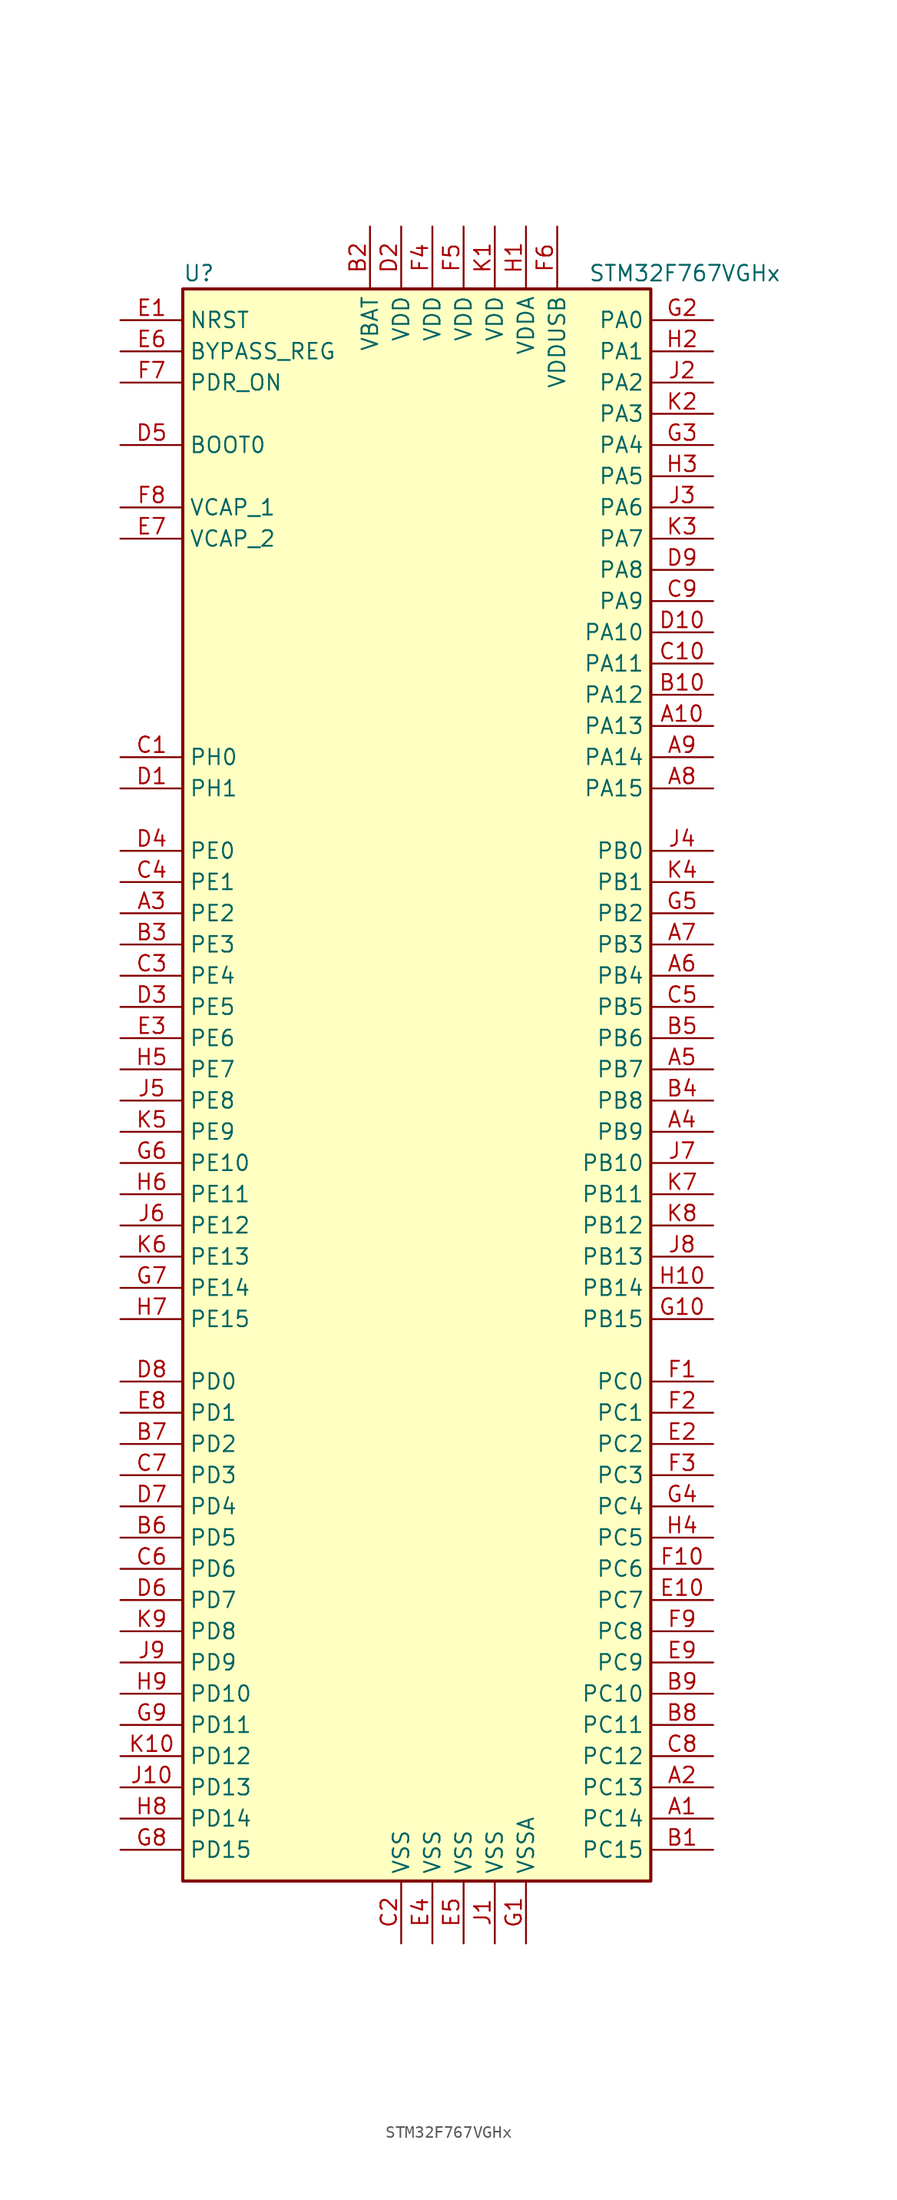
<source format=kicad_sym>
(kicad_symbol_lib
  (version 20201005)
  (generator kicad_symbol_editor)
  (symbol "STM32F767VGHx"
    (property "Reference" "U"
      (at -20.32 64.77 0)
      (effects (font (size 1.27 1.27)) (justify left)))
    (property "Value" "STM32F767VGHx"
      (at 12.7 64.77 0)
      (effects (font (size 1.27 1.27)) (justify left)))
    (symbol "STM32F767VGHx_0_1"
      (rectangle (start -20.32 -66.04) (end 17.78 63.5) (stroke (width 0.254)) (fill (type background))))
    (symbol "STM32F767VGHx_1_1"
      (pin bidirectional line (at 22.86 -60.96 180) (length 5.08) (name "PC14" (effects (font (size 1.27 1.27)))) (number "A1" (effects (font (size 1.27 1.27)))))
      (pin bidirectional line (at 22.86 27.94 180) (length 5.08) (name "PA13" (effects (font (size 1.27 1.27)))) (number "A10" (effects (font (size 1.27 1.27)))))
      (pin bidirectional line (at 22.86 -58.42 180) (length 5.08) (name "PC13" (effects (font (size 1.27 1.27)))) (number "A2" (effects (font (size 1.27 1.27)))))
      (pin bidirectional line (at -25.4 12.7 0) (length 5.08) (name "PE2" (effects (font (size 1.27 1.27)))) (number "A3" (effects (font (size 1.27 1.27)))))
      (pin bidirectional line (at 22.86 -5.08 180) (length 5.08) (name "PB9" (effects (font (size 1.27 1.27)))) (number "A4" (effects (font (size 1.27 1.27)))))
      (pin bidirectional line (at 22.86 0 180) (length 5.08) (name "PB7" (effects (font (size 1.27 1.27)))) (number "A5" (effects (font (size 1.27 1.27)))))
      (pin bidirectional line (at 22.86 7.62 180) (length 5.08) (name "PB4" (effects (font (size 1.27 1.27)))) (number "A6" (effects (font (size 1.27 1.27)))))
      (pin bidirectional line (at 22.86 10.16 180) (length 5.08) (name "PB3" (effects (font (size 1.27 1.27)))) (number "A7" (effects (font (size 1.27 1.27)))))
      (pin bidirectional line (at 22.86 22.86 180) (length 5.08) (name "PA15" (effects (font (size 1.27 1.27)))) (number "A8" (effects (font (size 1.27 1.27)))))
      (pin bidirectional line (at 22.86 25.4 180) (length 5.08) (name "PA14" (effects (font (size 1.27 1.27)))) (number "A9" (effects (font (size 1.27 1.27)))))
      (pin bidirectional line (at 22.86 -63.5 180) (length 5.08) (name "PC15" (effects (font (size 1.27 1.27)))) (number "B1" (effects (font (size 1.27 1.27)))))
      (pin bidirectional line (at 22.86 30.48 180) (length 5.08) (name "PA12" (effects (font (size 1.27 1.27)))) (number "B10" (effects (font (size 1.27 1.27)))))
      (pin power_in line (at -5.08 68.58 270) (length 5.08) (name "VBAT" (effects (font (size 1.27 1.27)))) (number "B2" (effects (font (size 1.27 1.27)))))
      (pin bidirectional line (at -25.4 10.16 0) (length 5.08) (name "PE3" (effects (font (size 1.27 1.27)))) (number "B3" (effects (font (size 1.27 1.27)))))
      (pin bidirectional line (at 22.86 -2.54 180) (length 5.08) (name "PB8" (effects (font (size 1.27 1.27)))) (number "B4" (effects (font (size 1.27 1.27)))))
      (pin bidirectional line (at 22.86 2.54 180) (length 5.08) (name "PB6" (effects (font (size 1.27 1.27)))) (number "B5" (effects (font (size 1.27 1.27)))))
      (pin bidirectional line (at -25.4 -38.1 0) (length 5.08) (name "PD5" (effects (font (size 1.27 1.27)))) (number "B6" (effects (font (size 1.27 1.27)))))
      (pin bidirectional line (at -25.4 -30.48 0) (length 5.08) (name "PD2" (effects (font (size 1.27 1.27)))) (number "B7" (effects (font (size 1.27 1.27)))))
      (pin bidirectional line (at 22.86 -53.34 180) (length 5.08) (name "PC11" (effects (font (size 1.27 1.27)))) (number "B8" (effects (font (size 1.27 1.27)))))
      (pin bidirectional line (at 22.86 -50.8 180) (length 5.08) (name "PC10" (effects (font (size 1.27 1.27)))) (number "B9" (effects (font (size 1.27 1.27)))))
      (pin input line (at -25.4 25.4 0) (length 5.08) (name "PH0" (effects (font (size 1.27 1.27)))) (number "C1" (effects (font (size 1.27 1.27)))))
      (pin bidirectional line (at 22.86 33.02 180) (length 5.08) (name "PA11" (effects (font (size 1.27 1.27)))) (number "C10" (effects (font (size 1.27 1.27)))))
      (pin power_in line (at -2.54 -71.12 90) (length 5.08) (name "VSS" (effects (font (size 1.27 1.27)))) (number "C2" (effects (font (size 1.27 1.27)))))
      (pin bidirectional line (at -25.4 7.62 0) (length 5.08) (name "PE4" (effects (font (size 1.27 1.27)))) (number "C3" (effects (font (size 1.27 1.27)))))
      (pin bidirectional line (at -25.4 15.24 0) (length 5.08) (name "PE1" (effects (font (size 1.27 1.27)))) (number "C4" (effects (font (size 1.27 1.27)))))
      (pin bidirectional line (at 22.86 5.08 180) (length 5.08) (name "PB5" (effects (font (size 1.27 1.27)))) (number "C5" (effects (font (size 1.27 1.27)))))
      (pin bidirectional line (at -25.4 -40.64 0) (length 5.08) (name "PD6" (effects (font (size 1.27 1.27)))) (number "C6" (effects (font (size 1.27 1.27)))))
      (pin bidirectional line (at -25.4 -33.02 0) (length 5.08) (name "PD3" (effects (font (size 1.27 1.27)))) (number "C7" (effects (font (size 1.27 1.27)))))
      (pin bidirectional line (at 22.86 -55.88 180) (length 5.08) (name "PC12" (effects (font (size 1.27 1.27)))) (number "C8" (effects (font (size 1.27 1.27)))))
      (pin bidirectional line (at 22.86 38.1 180) (length 5.08) (name "PA9" (effects (font (size 1.27 1.27)))) (number "C9" (effects (font (size 1.27 1.27)))))
      (pin input line (at -25.4 22.86 0) (length 5.08) (name "PH1" (effects (font (size 1.27 1.27)))) (number "D1" (effects (font (size 1.27 1.27)))))
      (pin bidirectional line (at 22.86 35.56 180) (length 5.08) (name "PA10" (effects (font (size 1.27 1.27)))) (number "D10" (effects (font (size 1.27 1.27)))))
      (pin power_in line (at -2.54 68.58 270) (length 5.08) (name "VDD" (effects (font (size 1.27 1.27)))) (number "D2" (effects (font (size 1.27 1.27)))))
      (pin bidirectional line (at -25.4 5.08 0) (length 5.08) (name "PE5" (effects (font (size 1.27 1.27)))) (number "D3" (effects (font (size 1.27 1.27)))))
      (pin bidirectional line (at -25.4 17.78 0) (length 5.08) (name "PE0" (effects (font (size 1.27 1.27)))) (number "D4" (effects (font (size 1.27 1.27)))))
      (pin input line (at -25.4 50.8 0) (length 5.08) (name "BOOT0" (effects (font (size 1.27 1.27)))) (number "D5" (effects (font (size 1.27 1.27)))))
      (pin bidirectional line (at -25.4 -43.18 0) (length 5.08) (name "PD7" (effects (font (size 1.27 1.27)))) (number "D6" (effects (font (size 1.27 1.27)))))
      (pin bidirectional line (at -25.4 -35.56 0) (length 5.08) (name "PD4" (effects (font (size 1.27 1.27)))) (number "D7" (effects (font (size 1.27 1.27)))))
      (pin bidirectional line (at -25.4 -25.4 0) (length 5.08) (name "PD0" (effects (font (size 1.27 1.27)))) (number "D8" (effects (font (size 1.27 1.27)))))
      (pin bidirectional line (at 22.86 40.64 180) (length 5.08) (name "PA8" (effects (font (size 1.27 1.27)))) (number "D9" (effects (font (size 1.27 1.27)))))
      (pin input line (at -25.4 60.96 0) (length 5.08) (name "NRST" (effects (font (size 1.27 1.27)))) (number "E1" (effects (font (size 1.27 1.27)))))
      (pin bidirectional line (at 22.86 -43.18 180) (length 5.08) (name "PC7" (effects (font (size 1.27 1.27)))) (number "E10" (effects (font (size 1.27 1.27)))))
      (pin bidirectional line (at 22.86 -30.48 180) (length 5.08) (name "PC2" (effects (font (size 1.27 1.27)))) (number "E2" (effects (font (size 1.27 1.27)))))
      (pin bidirectional line (at -25.4 2.54 0) (length 5.08) (name "PE6" (effects (font (size 1.27 1.27)))) (number "E3" (effects (font (size 1.27 1.27)))))
      (pin power_in line (at 0 -71.12 90) (length 5.08) (name "VSS" (effects (font (size 1.27 1.27)))) (number "E4" (effects (font (size 1.27 1.27)))))
      (pin power_in line (at 2.54 -71.12 90) (length 5.08) (name "VSS" (effects (font (size 1.27 1.27)))) (number "E5" (effects (font (size 1.27 1.27)))))
      (pin input line (at -25.4 58.42 0) (length 5.08) (name "BYPASS_REG" (effects (font (size 1.27 1.27)))) (number "E6" (effects (font (size 1.27 1.27)))))
      (pin power_in line (at -25.4 43.18 0) (length 5.08) (name "VCAP_2" (effects (font (size 1.27 1.27)))) (number "E7" (effects (font (size 1.27 1.27)))))
      (pin bidirectional line (at -25.4 -27.94 0) (length 5.08) (name "PD1" (effects (font (size 1.27 1.27)))) (number "E8" (effects (font (size 1.27 1.27)))))
      (pin bidirectional line (at 22.86 -48.26 180) (length 5.08) (name "PC9" (effects (font (size 1.27 1.27)))) (number "E9" (effects (font (size 1.27 1.27)))))
      (pin bidirectional line (at 22.86 -25.4 180) (length 5.08) (name "PC0" (effects (font (size 1.27 1.27)))) (number "F1" (effects (font (size 1.27 1.27)))))
      (pin bidirectional line (at 22.86 -40.64 180) (length 5.08) (name "PC6" (effects (font (size 1.27 1.27)))) (number "F10" (effects (font (size 1.27 1.27)))))
      (pin bidirectional line (at 22.86 -27.94 180) (length 5.08) (name "PC1" (effects (font (size 1.27 1.27)))) (number "F2" (effects (font (size 1.27 1.27)))))
      (pin bidirectional line (at 22.86 -33.02 180) (length 5.08) (name "PC3" (effects (font (size 1.27 1.27)))) (number "F3" (effects (font (size 1.27 1.27)))))
      (pin power_in line (at 0 68.58 270) (length 5.08) (name "VDD" (effects (font (size 1.27 1.27)))) (number "F4" (effects (font (size 1.27 1.27)))))
      (pin power_in line (at 2.54 68.58 270) (length 5.08) (name "VDD" (effects (font (size 1.27 1.27)))) (number "F5" (effects (font (size 1.27 1.27)))))
      (pin power_in line (at 10.16 68.58 270) (length 5.08) (name "VDDUSB" (effects (font (size 1.27 1.27)))) (number "F6" (effects (font (size 1.27 1.27)))))
      (pin input line (at -25.4 55.88 0) (length 5.08) (name "PDR_ON" (effects (font (size 1.27 1.27)))) (number "F7" (effects (font (size 1.27 1.27)))))
      (pin power_in line (at -25.4 45.72 0) (length 5.08) (name "VCAP_1" (effects (font (size 1.27 1.27)))) (number "F8" (effects (font (size 1.27 1.27)))))
      (pin bidirectional line (at 22.86 -45.72 180) (length 5.08) (name "PC8" (effects (font (size 1.27 1.27)))) (number "F9" (effects (font (size 1.27 1.27)))))
      (pin power_in line (at 7.62 -71.12 90) (length 5.08) (name "VSSA" (effects (font (size 1.27 1.27)))) (number "G1" (effects (font (size 1.27 1.27)))))
      (pin bidirectional line (at 22.86 -20.32 180) (length 5.08) (name "PB15" (effects (font (size 1.27 1.27)))) (number "G10" (effects (font (size 1.27 1.27)))))
      (pin bidirectional line (at 22.86 60.96 180) (length 5.08) (name "PA0" (effects (font (size 1.27 1.27)))) (number "G2" (effects (font (size 1.27 1.27)))))
      (pin bidirectional line (at 22.86 50.8 180) (length 5.08) (name "PA4" (effects (font (size 1.27 1.27)))) (number "G3" (effects (font (size 1.27 1.27)))))
      (pin bidirectional line (at 22.86 -35.56 180) (length 5.08) (name "PC4" (effects (font (size 1.27 1.27)))) (number "G4" (effects (font (size 1.27 1.27)))))
      (pin bidirectional line (at 22.86 12.7 180) (length 5.08) (name "PB2" (effects (font (size 1.27 1.27)))) (number "G5" (effects (font (size 1.27 1.27)))))
      (pin bidirectional line (at -25.4 -7.62 0) (length 5.08) (name "PE10" (effects (font (size 1.27 1.27)))) (number "G6" (effects (font (size 1.27 1.27)))))
      (pin bidirectional line (at -25.4 -17.78 0) (length 5.08) (name "PE14" (effects (font (size 1.27 1.27)))) (number "G7" (effects (font (size 1.27 1.27)))))
      (pin bidirectional line (at -25.4 -63.5 0) (length 5.08) (name "PD15" (effects (font (size 1.27 1.27)))) (number "G8" (effects (font (size 1.27 1.27)))))
      (pin bidirectional line (at -25.4 -53.34 0) (length 5.08) (name "PD11" (effects (font (size 1.27 1.27)))) (number "G9" (effects (font (size 1.27 1.27)))))
      (pin power_in line (at 7.62 68.58 270) (length 5.08) (name "VDDA" (effects (font (size 1.27 1.27)))) (number "H1" (effects (font (size 1.27 1.27)))))
      (pin bidirectional line (at 22.86 -17.78 180) (length 5.08) (name "PB14" (effects (font (size 1.27 1.27)))) (number "H10" (effects (font (size 1.27 1.27)))))
      (pin bidirectional line (at 22.86 58.42 180) (length 5.08) (name "PA1" (effects (font (size 1.27 1.27)))) (number "H2" (effects (font (size 1.27 1.27)))))
      (pin bidirectional line (at 22.86 48.26 180) (length 5.08) (name "PA5" (effects (font (size 1.27 1.27)))) (number "H3" (effects (font (size 1.27 1.27)))))
      (pin bidirectional line (at 22.86 -38.1 180) (length 5.08) (name "PC5" (effects (font (size 1.27 1.27)))) (number "H4" (effects (font (size 1.27 1.27)))))
      (pin bidirectional line (at -25.4 0 0) (length 5.08) (name "PE7" (effects (font (size 1.27 1.27)))) (number "H5" (effects (font (size 1.27 1.27)))))
      (pin bidirectional line (at -25.4 -10.16 0) (length 5.08) (name "PE11" (effects (font (size 1.27 1.27)))) (number "H6" (effects (font (size 1.27 1.27)))))
      (pin bidirectional line (at -25.4 -20.32 0) (length 5.08) (name "PE15" (effects (font (size 1.27 1.27)))) (number "H7" (effects (font (size 1.27 1.27)))))
      (pin bidirectional line (at -25.4 -60.96 0) (length 5.08) (name "PD14" (effects (font (size 1.27 1.27)))) (number "H8" (effects (font (size 1.27 1.27)))))
      (pin bidirectional line (at -25.4 -50.8 0) (length 5.08) (name "PD10" (effects (font (size 1.27 1.27)))) (number "H9" (effects (font (size 1.27 1.27)))))
      (pin power_in line (at 5.08 -71.12 90) (length 5.08) (name "VSS" (effects (font (size 1.27 1.27)))) (number "J1" (effects (font (size 1.27 1.27)))))
      (pin bidirectional line (at -25.4 -58.42 0) (length 5.08) (name "PD13" (effects (font (size 1.27 1.27)))) (number "J10" (effects (font (size 1.27 1.27)))))
      (pin bidirectional line (at 22.86 55.88 180) (length 5.08) (name "PA2" (effects (font (size 1.27 1.27)))) (number "J2" (effects (font (size 1.27 1.27)))))
      (pin bidirectional line (at 22.86 45.72 180) (length 5.08) (name "PA6" (effects (font (size 1.27 1.27)))) (number "J3" (effects (font (size 1.27 1.27)))))
      (pin bidirectional line (at 22.86 17.78 180) (length 5.08) (name "PB0" (effects (font (size 1.27 1.27)))) (number "J4" (effects (font (size 1.27 1.27)))))
      (pin bidirectional line (at -25.4 -2.54 0) (length 5.08) (name "PE8" (effects (font (size 1.27 1.27)))) (number "J5" (effects (font (size 1.27 1.27)))))
      (pin bidirectional line (at -25.4 -12.7 0) (length 5.08) (name "PE12" (effects (font (size 1.27 1.27)))) (number "J6" (effects (font (size 1.27 1.27)))))
      (pin bidirectional line (at 22.86 -7.62 180) (length 5.08) (name "PB10" (effects (font (size 1.27 1.27)))) (number "J7" (effects (font (size 1.27 1.27)))))
      (pin bidirectional line (at 22.86 -15.24 180) (length 5.08) (name "PB13" (effects (font (size 1.27 1.27)))) (number "J8" (effects (font (size 1.27 1.27)))))
      (pin bidirectional line (at -25.4 -48.26 0) (length 5.08) (name "PD9" (effects (font (size 1.27 1.27)))) (number "J9" (effects (font (size 1.27 1.27)))))
      (pin power_in line (at 5.08 68.58 270) (length 5.08) (name "VDD" (effects (font (size 1.27 1.27)))) (number "K1" (effects (font (size 1.27 1.27)))))
      (pin bidirectional line (at -25.4 -55.88 0) (length 5.08) (name "PD12" (effects (font (size 1.27 1.27)))) (number "K10" (effects (font (size 1.27 1.27)))))
      (pin bidirectional line (at 22.86 53.34 180) (length 5.08) (name "PA3" (effects (font (size 1.27 1.27)))) (number "K2" (effects (font (size 1.27 1.27)))))
      (pin bidirectional line (at 22.86 43.18 180) (length 5.08) (name "PA7" (effects (font (size 1.27 1.27)))) (number "K3" (effects (font (size 1.27 1.27)))))
      (pin bidirectional line (at 22.86 15.24 180) (length 5.08) (name "PB1" (effects (font (size 1.27 1.27)))) (number "K4" (effects (font (size 1.27 1.27)))))
      (pin bidirectional line (at -25.4 -5.08 0) (length 5.08) (name "PE9" (effects (font (size 1.27 1.27)))) (number "K5" (effects (font (size 1.27 1.27)))))
      (pin bidirectional line (at -25.4 -15.24 0) (length 5.08) (name "PE13" (effects (font (size 1.27 1.27)))) (number "K6" (effects (font (size 1.27 1.27)))))
      (pin bidirectional line (at 22.86 -10.16 180) (length 5.08) (name "PB11" (effects (font (size 1.27 1.27)))) (number "K7" (effects (font (size 1.27 1.27)))))
      (pin bidirectional line (at 22.86 -12.7 180) (length 5.08) (name "PB12" (effects (font (size 1.27 1.27)))) (number "K8" (effects (font (size 1.27 1.27)))))
      (pin bidirectional line (at -25.4 -45.72 0) (length 5.08) (name "PD8" (effects (font (size 1.27 1.27)))) (number "K9" (effects (font (size 1.27 1.27))))))))
</source>
